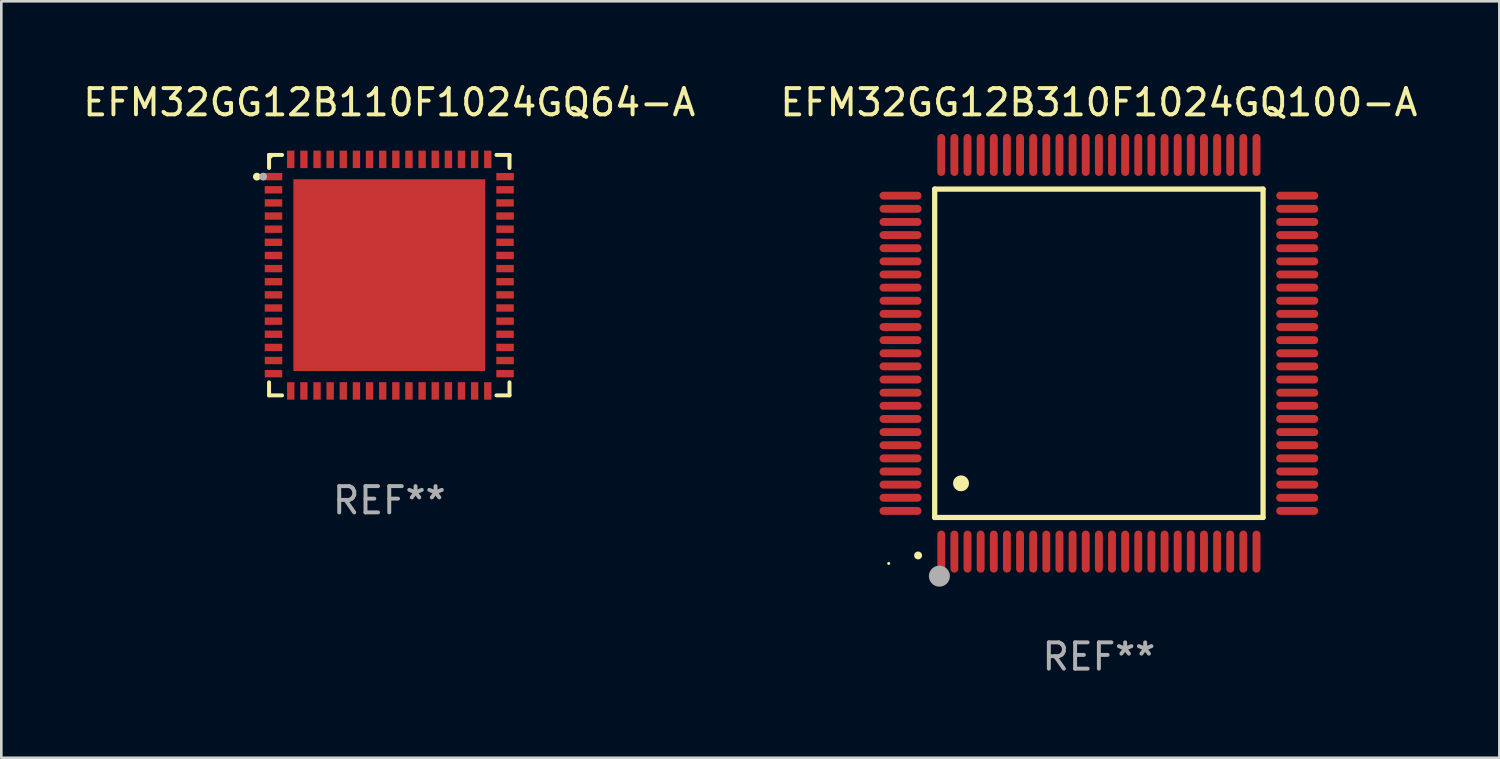
<source format=kicad_pcb>
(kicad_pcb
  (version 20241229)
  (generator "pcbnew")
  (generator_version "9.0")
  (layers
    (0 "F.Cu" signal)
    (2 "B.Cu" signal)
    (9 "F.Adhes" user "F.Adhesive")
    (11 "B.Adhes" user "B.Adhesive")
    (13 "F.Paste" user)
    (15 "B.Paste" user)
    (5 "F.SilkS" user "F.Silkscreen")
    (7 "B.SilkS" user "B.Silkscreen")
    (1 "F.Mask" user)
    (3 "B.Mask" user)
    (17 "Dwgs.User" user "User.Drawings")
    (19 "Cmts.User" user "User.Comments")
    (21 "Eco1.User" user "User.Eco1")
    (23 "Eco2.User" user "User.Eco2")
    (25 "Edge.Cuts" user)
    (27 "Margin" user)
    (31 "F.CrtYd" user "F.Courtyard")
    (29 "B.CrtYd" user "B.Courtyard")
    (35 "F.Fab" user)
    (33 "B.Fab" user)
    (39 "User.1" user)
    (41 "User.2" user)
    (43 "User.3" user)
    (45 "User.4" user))
  (footprint "EFM32GG12B310F1024GQ100-A"
    (layer "F.Cu")
    (at 38.78 10.398)
    (property "Reference" "EFM32GG12B310F1024GQ100-A" (at 0 -9.55 0) (layer "F.SilkS") (effects (font (size 1 1) (thickness 0.15))))
    (attr through_hole)
    (fp_line (start -6.25 -6.25) (end -6.25 6.25) (stroke (width 0.2) (type solid)) (layer "F.SilkS"))
    (fp_line (start -6.25 6.25) (end 6.25 6.25) (stroke (width 0.2) (type solid)) (layer "F.SilkS"))
    (fp_line (start 6.25 -6.25) (end -6.25 -6.25) (stroke (width 0.2) (type solid)) (layer "F.SilkS"))
    (fp_line (start 6.25 6.25) (end 6.25 -6.25) (stroke (width 0.2) (type solid)) (layer "F.SilkS"))
    (fp_arc (start -6.883414 7.696215) (mid -6.882144 7.69621) (end -6.880874 7.696215) (stroke (width 0.3) (type solid)) (layer "F.SilkS"))
    (fp_arc (start -5.250191 4.95047) (mid -5.247651 4.950459) (end -5.245111 4.95047) (stroke (width 0.6) (type solid)) (layer "F.SilkS"))
    (fp_circle (center -8 8) (end -7.97 8) (stroke (width 0.06) (type solid)) (fill no) (layer "F.SilkS"))
    (fp_circle (center -6.071 8.484) (end -5.871 8.484) (stroke (width 0.4) (type solid)) (fill no) (layer "F.Fab"))
    (fp_text user "REF**" (at 0 11.55 0) (layer "F.Fab") (effects (font (size 1 1) (thickness 0.15))))
    (pad "1" smd oval (at -6 7.55) (size 0.3 1.6) (layers "F.Cu" "F.Mask" "F.Paste"))
    (pad "2" smd oval (at -5.5 7.55) (size 0.3 1.6) (layers "F.Cu" "F.Mask" "F.Paste"))
    (pad "3" smd oval (at -5 7.55) (size 0.3 1.6) (layers "F.Cu" "F.Mask" "F.Paste"))
    (pad "4" smd oval (at -4.5 7.55) (size 0.3 1.6) (layers "F.Cu" "F.Mask" "F.Paste"))
    (pad "5" smd oval (at -4 7.55) (size 0.3 1.6) (layers "F.Cu" "F.Mask" "F.Paste"))
    (pad "6" smd oval (at -3.5 7.55) (size 0.3 1.6) (layers "F.Cu" "F.Mask" "F.Paste"))
    (pad "7" smd oval (at -3 7.55) (size 0.3 1.6) (layers "F.Cu" "F.Mask" "F.Paste"))
    (pad "8" smd oval (at -2.5 7.55) (size 0.3 1.6) (layers "F.Cu" "F.Mask" "F.Paste"))
    (pad "9" smd oval (at -2 7.55) (size 0.3 1.6) (layers "F.Cu" "F.Mask" "F.Paste"))
    (pad "10" smd oval (at -1.5 7.55) (size 0.3 1.6) (layers "F.Cu" "F.Mask" "F.Paste"))
    (pad "11" smd oval (at -1 7.55) (size 0.3 1.6) (layers "F.Cu" "F.Mask" "F.Paste"))
    (pad "12" smd oval (at -0.5 7.55) (size 0.3 1.6) (layers "F.Cu" "F.Mask" "F.Paste"))
    (pad "13" smd oval (at 0 7.55) (size 0.3 1.6) (layers "F.Cu" "F.Mask" "F.Paste"))
    (pad "14" smd oval (at 0.5 7.55) (size 0.3 1.6) (layers "F.Cu" "F.Mask" "F.Paste"))
    (pad "15" smd oval (at 1 7.55) (size 0.3 1.6) (layers "F.Cu" "F.Mask" "F.Paste"))
    (pad "16" smd oval (at 1.5 7.55) (size 0.3 1.6) (layers "F.Cu" "F.Mask" "F.Paste"))
    (pad "17" smd oval (at 2 7.55) (size 0.3 1.6) (layers "F.Cu" "F.Mask" "F.Paste"))
    (pad "18" smd oval (at 2.5 7.55) (size 0.3 1.6) (layers "F.Cu" "F.Mask" "F.Paste"))
    (pad "19" smd oval (at 3 7.55) (size 0.3 1.6) (layers "F.Cu" "F.Mask" "F.Paste"))
    (pad "20" smd oval (at 3.5 7.55) (size 0.3 1.6) (layers "F.Cu" "F.Mask" "F.Paste"))
    (pad "21" smd oval (at 4 7.55) (size 0.3 1.6) (layers "F.Cu" "F.Mask" "F.Paste"))
    (pad "22" smd oval (at 4.5 7.55) (size 0.3 1.6) (layers "F.Cu" "F.Mask" "F.Paste"))
    (pad "23" smd oval (at 5 7.55) (size 0.3 1.6) (layers "F.Cu" "F.Mask" "F.Paste"))
    (pad "24" smd oval (at 5.5 7.55) (size 0.3 1.6) (layers "F.Cu" "F.Mask" "F.Paste"))
    (pad "25" smd oval (at 6 7.55) (size 0.3 1.6) (layers "F.Cu" "F.Mask" "F.Paste"))
    (pad "26" smd oval (at 7.55 6) (size 1.6 0.3) (layers "F.Cu" "F.Mask" "F.Paste"))
    (pad "27" smd oval (at 7.55 5.5) (size 1.6 0.3) (layers "F.Cu" "F.Mask" "F.Paste"))
    (pad "28" smd oval (at 7.55 5) (size 1.6 0.3) (layers "F.Cu" "F.Mask" "F.Paste"))
    (pad "29" smd oval (at 7.55 4.5) (size 1.6 0.3) (layers "F.Cu" "F.Mask" "F.Paste"))
    (pad "30" smd oval (at 7.55 4) (size 1.6 0.3) (layers "F.Cu" "F.Mask" "F.Paste"))
    (pad "31" smd oval (at 7.55 3.5) (size 1.6 0.3) (layers "F.Cu" "F.Mask" "F.Paste"))
    (pad "32" smd oval (at 7.55 3) (size 1.6 0.3) (layers "F.Cu" "F.Mask" "F.Paste"))
    (pad "33" smd oval (at 7.55 2.5) (size 1.6 0.3) (layers "F.Cu" "F.Mask" "F.Paste"))
    (pad "34" smd oval (at 7.55 2) (size 1.6 0.3) (layers "F.Cu" "F.Mask" "F.Paste"))
    (pad "35" smd oval (at 7.55 1.5) (size 1.6 0.3) (layers "F.Cu" "F.Mask" "F.Paste"))
    (pad "36" smd oval (at 7.55 1) (size 1.6 0.3) (layers "F.Cu" "F.Mask" "F.Paste"))
    (pad "37" smd oval (at 7.55 0.5) (size 1.6 0.3) (layers "F.Cu" "F.Mask" "F.Paste"))
    (pad "38" smd oval (at 7.55 0) (size 1.6 0.3) (layers "F.Cu" "F.Mask" "F.Paste"))
    (pad "39" smd oval (at 7.55 -0.5) (size 1.6 0.3) (layers "F.Cu" "F.Mask" "F.Paste"))
    (pad "40" smd oval (at 7.55 -1) (size 1.6 0.3) (layers "F.Cu" "F.Mask" "F.Paste"))
    (pad "41" smd oval (at 7.55 -1.5) (size 1.6 0.3) (layers "F.Cu" "F.Mask" "F.Paste"))
    (pad "42" smd oval (at 7.55 -2) (size 1.6 0.3) (layers "F.Cu" "F.Mask" "F.Paste"))
    (pad "43" smd oval (at 7.55 -2.5) (size 1.6 0.3) (layers "F.Cu" "F.Mask" "F.Paste"))
    (pad "44" smd oval (at 7.55 -3) (size 1.6 0.3) (layers "F.Cu" "F.Mask" "F.Paste"))
    (pad "45" smd oval (at 7.55 -3.5) (size 1.6 0.3) (layers "F.Cu" "F.Mask" "F.Paste"))
    (pad "46" smd oval (at 7.55 -4) (size 1.6 0.3) (layers "F.Cu" "F.Mask" "F.Paste"))
    (pad "47" smd oval (at 7.55 -4.5) (size 1.6 0.3) (layers "F.Cu" "F.Mask" "F.Paste"))
    (pad "48" smd oval (at 7.55 -5) (size 1.6 0.3) (layers "F.Cu" "F.Mask" "F.Paste"))
    (pad "49" smd oval (at 7.55 -5.5) (size 1.6 0.3) (layers "F.Cu" "F.Mask" "F.Paste"))
    (pad "50" smd oval (at 7.55 -6) (size 1.6 0.3) (layers "F.Cu" "F.Mask" "F.Paste"))
    (pad "51" smd oval (at 6 -7.55) (size 0.3 1.6) (layers "F.Cu" "F.Mask" "F.Paste"))
    (pad "52" smd oval (at 5.5 -7.55) (size 0.3 1.6) (layers "F.Cu" "F.Mask" "F.Paste"))
    (pad "53" smd oval (at 5 -7.55) (size 0.3 1.6) (layers "F.Cu" "F.Mask" "F.Paste"))
    (pad "54" smd oval (at 4.5 -7.55) (size 0.3 1.6) (layers "F.Cu" "F.Mask" "F.Paste"))
    (pad "55" smd oval (at 4 -7.55) (size 0.3 1.6) (layers "F.Cu" "F.Mask" "F.Paste"))
    (pad "56" smd oval (at 3.5 -7.55) (size 0.3 1.6) (layers "F.Cu" "F.Mask" "F.Paste"))
    (pad "57" smd oval (at 3 -7.55) (size 0.3 1.6) (layers "F.Cu" "F.Mask" "F.Paste"))
    (pad "58" smd oval (at 2.5 -7.55) (size 0.3 1.6) (layers "F.Cu" "F.Mask" "F.Paste"))
    (pad "59" smd oval (at 2 -7.55) (size 0.3 1.6) (layers "F.Cu" "F.Mask" "F.Paste"))
    (pad "60" smd oval (at 1.5 -7.55) (size 0.3 1.6) (layers "F.Cu" "F.Mask" "F.Paste"))
    (pad "61" smd oval (at 1 -7.55) (size 0.3 1.6) (layers "F.Cu" "F.Mask" "F.Paste"))
    (pad "62" smd oval (at 0.5 -7.55) (size 0.3 1.6) (layers "F.Cu" "F.Mask" "F.Paste"))
    (pad "63" smd oval (at 0 -7.55) (size 0.3 1.6) (layers "F.Cu" "F.Mask" "F.Paste"))
    (pad "64" smd oval (at -0.5 -7.55) (size 0.3 1.6) (layers "F.Cu" "F.Mask" "F.Paste"))
    (pad "65" smd oval (at -1 -7.55) (size 0.3 1.6) (layers "F.Cu" "F.Mask" "F.Paste"))
    (pad "66" smd oval (at -1.5 -7.55) (size 0.3 1.6) (layers "F.Cu" "F.Mask" "F.Paste"))
    (pad "67" smd oval (at -2 -7.55) (size 0.3 1.6) (layers "F.Cu" "F.Mask" "F.Paste"))
    (pad "68" smd oval (at -2.5 -7.55) (size 0.3 1.6) (layers "F.Cu" "F.Mask" "F.Paste"))
    (pad "69" smd oval (at -3 -7.55) (size 0.3 1.6) (layers "F.Cu" "F.Mask" "F.Paste"))
    (pad "70" smd oval (at -3.5 -7.55) (size 0.3 1.6) (layers "F.Cu" "F.Mask" "F.Paste"))
    (pad "71" smd oval (at -4 -7.55) (size 0.3 1.6) (layers "F.Cu" "F.Mask" "F.Paste"))
    (pad "72" smd oval (at -4.5 -7.55) (size 0.3 1.6) (layers "F.Cu" "F.Mask" "F.Paste"))
    (pad "73" smd oval (at -5 -7.55) (size 0.3 1.6) (layers "F.Cu" "F.Mask" "F.Paste"))
    (pad "74" smd oval (at -5.5 -7.55) (size 0.3 1.6) (layers "F.Cu" "F.Mask" "F.Paste"))
    (pad "75" smd oval (at -6 -7.55) (size 0.3 1.6) (layers "F.Cu" "F.Mask" "F.Paste"))
    (pad "76" smd oval (at -7.55 -6) (size 1.6 0.3) (layers "F.Cu" "F.Mask" "F.Paste"))
    (pad "77" smd oval (at -7.55 -5.5) (size 1.6 0.3) (layers "F.Cu" "F.Mask" "F.Paste"))
    (pad "78" smd oval (at -7.55 -5) (size 1.6 0.3) (layers "F.Cu" "F.Mask" "F.Paste"))
    (pad "79" smd oval (at -7.55 -4.5) (size 1.6 0.3) (layers "F.Cu" "F.Mask" "F.Paste"))
    (pad "80" smd oval (at -7.55 -4) (size 1.6 0.3) (layers "F.Cu" "F.Mask" "F.Paste"))
    (pad "81" smd oval (at -7.55 -3.5) (size 1.6 0.3) (layers "F.Cu" "F.Mask" "F.Paste"))
    (pad "82" smd oval (at -7.55 -3) (size 1.6 0.3) (layers "F.Cu" "F.Mask" "F.Paste"))
    (pad "83" smd oval (at -7.55 -2.5) (size 1.6 0.3) (layers "F.Cu" "F.Mask" "F.Paste"))
    (pad "84" smd oval (at -7.55 -2) (size 1.6 0.3) (layers "F.Cu" "F.Mask" "F.Paste"))
    (pad "85" smd oval (at -7.55 -1.5) (size 1.6 0.3) (layers "F.Cu" "F.Mask" "F.Paste"))
    (pad "86" smd oval (at -7.55 -1) (size 1.6 0.3) (layers "F.Cu" "F.Mask" "F.Paste"))
    (pad "87" smd oval (at -7.55 -0.5) (size 1.6 0.3) (layers "F.Cu" "F.Mask" "F.Paste"))
    (pad "88" smd oval (at -7.55 0) (size 1.6 0.3) (layers "F.Cu" "F.Mask" "F.Paste"))
    (pad "89" smd oval (at -7.55 0.5) (size 1.6 0.3) (layers "F.Cu" "F.Mask" "F.Paste"))
    (pad "90" smd oval (at -7.55 1) (size 1.6 0.3) (layers "F.Cu" "F.Mask" "F.Paste"))
    (pad "91" smd oval (at -7.55 1.5) (size 1.6 0.3) (layers "F.Cu" "F.Mask" "F.Paste"))
    (pad "92" smd oval (at -7.55 2) (size 1.6 0.3) (layers "F.Cu" "F.Mask" "F.Paste"))
    (pad "93" smd oval (at -7.55 2.5) (size 1.6 0.3) (layers "F.Cu" "F.Mask" "F.Paste"))
    (pad "94" smd oval (at -7.55 3) (size 1.6 0.3) (layers "F.Cu" "F.Mask" "F.Paste"))
    (pad "95" smd oval (at -7.55 3.5) (size 1.6 0.3) (layers "F.Cu" "F.Mask" "F.Paste"))
    (pad "96" smd oval (at -7.55 4) (size 1.6 0.3) (layers "F.Cu" "F.Mask" "F.Paste"))
    (pad "97" smd oval (at -7.55 4.5) (size 1.6 0.3) (layers "F.Cu" "F.Mask" "F.Paste"))
    (pad "98" smd oval (at -7.55 5) (size 1.6 0.3) (layers "F.Cu" "F.Mask" "F.Paste"))
    (pad "99" smd oval (at -7.55 5.5) (size 1.6 0.3) (layers "F.Cu" "F.Mask" "F.Paste"))
    (pad "100" smd oval (at -7.55 6) (size 1.6 0.3) (layers "F.Cu" "F.Mask" "F.Paste")))
  (footprint "EFM32GG12B110F1024GQ64-A"
    (layer "F.Cu")
    (at 11.768 7.424)
    (property "Reference" "EFM32GG12B110F1024GQ64-A" (at 0 -6.576 0) (layer "F.SilkS") (effects (font (size 1 1) (thickness 0.15))))
    (attr through_hole)
    (fp_line (start -4.576 -4.576) (end -4.576 -4.081) (stroke (width 0.152) (type solid)) (layer "F.SilkS"))
    (fp_line (start -4.576 4.576) (end -4.576 4.081) (stroke (width 0.152) (type solid)) (layer "F.SilkS"))
    (fp_line (start -4.081 -4.576) (end -4.576 -4.576) (stroke (width 0.152) (type solid)) (layer "F.SilkS"))
    (fp_line (start -4.081 4.576) (end -4.576 4.576) (stroke (width 0.152) (type solid)) (layer "F.SilkS"))
    (fp_line (start 4.081 -4.576) (end 4.576 -4.576) (stroke (width 0.152) (type solid)) (layer "F.SilkS"))
    (fp_line (start 4.081 4.576) (end 4.576 4.576) (stroke (width 0.152) (type solid)) (layer "F.SilkS"))
    (fp_line (start 4.576 -4.576) (end 4.576 -4.081) (stroke (width 0.152) (type solid)) (layer "F.SilkS"))
    (fp_line (start 4.576 4.576) (end 4.576 4.081) (stroke (width 0.152) (type solid)) (layer "F.SilkS"))
    (fp_circle (center -5.04 -3.75) (end -4.965 -3.75) (stroke (width 0.15) (type solid)) (fill no) (layer "F.SilkS"))
    (fp_circle (center -4.5 -4.5) (end -4.47 -4.5) (stroke (width 0.06) (type solid)) (fill no) (layer "F.SilkS"))
    (fp_circle (center -4.8 -3.75) (end -4.725 -3.75) (stroke (width 0.15) (type solid)) (fill no) (layer "F.Fab"))
    (fp_text user "REF**" (at 0 8.576 0) (layer "F.Fab") (effects (font (size 1 1) (thickness 0.15))))
    (pad "1" smd rect (at -4.407 -3.75) (size 0.665 0.28) (layers "F.Cu" "F.Mask" "F.Paste"))
    (pad "2" smd rect (at -4.407 -3.25) (size 0.665 0.28) (layers "F.Cu" "F.Mask" "F.Paste"))
    (pad "3" smd rect (at -4.407 -2.75) (size 0.665 0.28) (layers "F.Cu" "F.Mask" "F.Paste"))
    (pad "4" smd rect (at -4.407 -2.25) (size 0.665 0.28) (layers "F.Cu" "F.Mask" "F.Paste"))
    (pad "5" smd rect (at -4.407 -1.75) (size 0.665 0.28) (layers "F.Cu" "F.Mask" "F.Paste"))
    (pad "6" smd rect (at -4.407 -1.25) (size 0.665 0.28) (layers "F.Cu" "F.Mask" "F.Paste"))
    (pad "7" smd rect (at -4.407 -0.75) (size 0.665 0.28) (layers "F.Cu" "F.Mask" "F.Paste"))
    (pad "8" smd rect (at -4.407 -0.25) (size 0.665 0.28) (layers "F.Cu" "F.Mask" "F.Paste"))
    (pad "9" smd rect (at -4.407 0.25) (size 0.665 0.28) (layers "F.Cu" "F.Mask" "F.Paste"))
    (pad "10" smd rect (at -4.407 0.75) (size 0.665 0.28) (layers "F.Cu" "F.Mask" "F.Paste"))
    (pad "11" smd rect (at -4.407 1.25) (size 0.665 0.28) (layers "F.Cu" "F.Mask" "F.Paste"))
    (pad "12" smd rect (at -4.407 1.75) (size 0.665 0.28) (layers "F.Cu" "F.Mask" "F.Paste"))
    (pad "13" smd rect (at -4.407 2.25) (size 0.665 0.28) (layers "F.Cu" "F.Mask" "F.Paste"))
    (pad "14" smd rect (at -4.407 2.75) (size 0.665 0.28) (layers "F.Cu" "F.Mask" "F.Paste"))
    (pad "15" smd rect (at -4.407 3.25) (size 0.665 0.28) (layers "F.Cu" "F.Mask" "F.Paste"))
    (pad "16" smd rect (at -4.407 3.75) (size 0.665 0.28) (layers "F.Cu" "F.Mask" "F.Paste"))
    (pad "17" smd rect (at -3.75 4.407) (size 0.28 0.665) (layers "F.Cu" "F.Mask" "F.Paste"))
    (pad "18" smd rect (at -3.25 4.407) (size 0.28 0.665) (layers "F.Cu" "F.Mask" "F.Paste"))
    (pad "19" smd rect (at -2.75 4.407) (size 0.28 0.665) (layers "F.Cu" "F.Mask" "F.Paste"))
    (pad "20" smd rect (at -2.25 4.407) (size 0.28 0.665) (layers "F.Cu" "F.Mask" "F.Paste"))
    (pad "21" smd rect (at -1.75 4.407) (size 0.28 0.665) (layers "F.Cu" "F.Mask" "F.Paste"))
    (pad "22" smd rect (at -1.25 4.407) (size 0.28 0.665) (layers "F.Cu" "F.Mask" "F.Paste"))
    (pad "23" smd rect (at -0.75 4.407) (size 0.28 0.665) (layers "F.Cu" "F.Mask" "F.Paste"))
    (pad "24" smd rect (at -0.25 4.407) (size 0.28 0.665) (layers "F.Cu" "F.Mask" "F.Paste"))
    (pad "25" smd rect (at 0.25 4.407) (size 0.28 0.665) (layers "F.Cu" "F.Mask" "F.Paste"))
    (pad "26" smd rect (at 0.75 4.407) (size 0.28 0.665) (layers "F.Cu" "F.Mask" "F.Paste"))
    (pad "27" smd rect (at 1.25 4.407) (size 0.28 0.665) (layers "F.Cu" "F.Mask" "F.Paste"))
    (pad "28" smd rect (at 1.75 4.407) (size 0.28 0.665) (layers "F.Cu" "F.Mask" "F.Paste"))
    (pad "29" smd rect (at 2.25 4.407) (size 0.28 0.665) (layers "F.Cu" "F.Mask" "F.Paste"))
    (pad "30" smd rect (at 2.75 4.407) (size 0.28 0.665) (layers "F.Cu" "F.Mask" "F.Paste"))
    (pad "31" smd rect (at 3.25 4.407) (size 0.28 0.665) (layers "F.Cu" "F.Mask" "F.Paste"))
    (pad "32" smd rect (at 3.75 4.407) (size 0.28 0.665) (layers "F.Cu" "F.Mask" "F.Paste"))
    (pad "33" smd rect (at 4.407 3.75) (size 0.665 0.28) (layers "F.Cu" "F.Mask" "F.Paste"))
    (pad "34" smd rect (at 4.407 3.25) (size 0.665 0.28) (layers "F.Cu" "F.Mask" "F.Paste"))
    (pad "35" smd rect (at 4.407 2.75) (size 0.665 0.28) (layers "F.Cu" "F.Mask" "F.Paste"))
    (pad "36" smd rect (at 4.407 2.25) (size 0.665 0.28) (layers "F.Cu" "F.Mask" "F.Paste"))
    (pad "37" smd rect (at 4.407 1.75) (size 0.665 0.28) (layers "F.Cu" "F.Mask" "F.Paste"))
    (pad "38" smd rect (at 4.407 1.25) (size 0.665 0.28) (layers "F.Cu" "F.Mask" "F.Paste"))
    (pad "39" smd rect (at 4.407 0.75) (size 0.665 0.28) (layers "F.Cu" "F.Mask" "F.Paste"))
    (pad "40" smd rect (at 4.407 0.25) (size 0.665 0.28) (layers "F.Cu" "F.Mask" "F.Paste"))
    (pad "41" smd rect (at 4.407 -0.25) (size 0.665 0.28) (layers "F.Cu" "F.Mask" "F.Paste"))
    (pad "42" smd rect (at 4.407 -0.75) (size 0.665 0.28) (layers "F.Cu" "F.Mask" "F.Paste"))
    (pad "43" smd rect (at 4.407 -1.25) (size 0.665 0.28) (layers "F.Cu" "F.Mask" "F.Paste"))
    (pad "44" smd rect (at 4.407 -1.75) (size 0.665 0.28) (layers "F.Cu" "F.Mask" "F.Paste"))
    (pad "45" smd rect (at 4.407 -2.25) (size 0.665 0.28) (layers "F.Cu" "F.Mask" "F.Paste"))
    (pad "46" smd rect (at 4.407 -2.75) (size 0.665 0.28) (layers "F.Cu" "F.Mask" "F.Paste"))
    (pad "47" smd rect (at 4.407 -3.25) (size 0.665 0.28) (layers "F.Cu" "F.Mask" "F.Paste"))
    (pad "48" smd rect (at 4.407 -3.75) (size 0.665 0.28) (layers "F.Cu" "F.Mask" "F.Paste"))
    (pad "49" smd rect (at 3.75 -4.407) (size 0.28 0.665) (layers "F.Cu" "F.Mask" "F.Paste"))
    (pad "50" smd rect (at 3.25 -4.407) (size 0.28 0.665) (layers "F.Cu" "F.Mask" "F.Paste"))
    (pad "51" smd rect (at 2.75 -4.407) (size 0.28 0.665) (layers "F.Cu" "F.Mask" "F.Paste"))
    (pad "52" smd rect (at 2.25 -4.407) (size 0.28 0.665) (layers "F.Cu" "F.Mask" "F.Paste"))
    (pad "53" smd rect (at 1.75 -4.407) (size 0.28 0.665) (layers "F.Cu" "F.Mask" "F.Paste"))
    (pad "54" smd rect (at 1.25 -4.407) (size 0.28 0.665) (layers "F.Cu" "F.Mask" "F.Paste"))
    (pad "55" smd rect (at 0.75 -4.407) (size 0.28 0.665) (layers "F.Cu" "F.Mask" "F.Paste"))
    (pad "56" smd rect (at 0.25 -4.407) (size 0.28 0.665) (layers "F.Cu" "F.Mask" "F.Paste"))
    (pad "57" smd rect (at -0.25 -4.407) (size 0.28 0.665) (layers "F.Cu" "F.Mask" "F.Paste"))
    (pad "58" smd rect (at -0.75 -4.407) (size 0.28 0.665) (layers "F.Cu" "F.Mask" "F.Paste"))
    (pad "59" smd rect (at -1.25 -4.407) (size 0.28 0.665) (layers "F.Cu" "F.Mask" "F.Paste"))
    (pad "60" smd rect (at -1.75 -4.407) (size 0.28 0.665) (layers "F.Cu" "F.Mask" "F.Paste"))
    (pad "61" smd rect (at -2.25 -4.407) (size 0.28 0.665) (layers "F.Cu" "F.Mask" "F.Paste"))
    (pad "62" smd rect (at -2.75 -4.407) (size 0.28 0.665) (layers "F.Cu" "F.Mask" "F.Paste"))
    (pad "63" smd rect (at -3.25 -4.407) (size 0.28 0.665) (layers "F.Cu" "F.Mask" "F.Paste"))
    (pad "64" smd rect (at -3.75 -4.407) (size 0.28 0.665) (layers "F.Cu" "F.Mask" "F.Paste"))
    (pad "65" smd rect (at 0 0) (size 7.3 7.3) (layers "F.Cu" "F.Mask" "F.Paste")))
  (gr_rect
    (start -3 -3)
    (end 54.024 25.796)
    (stroke (width 0.1) (type default))
    (fill no)
    (layer "Edge.Cuts")))
</source>
